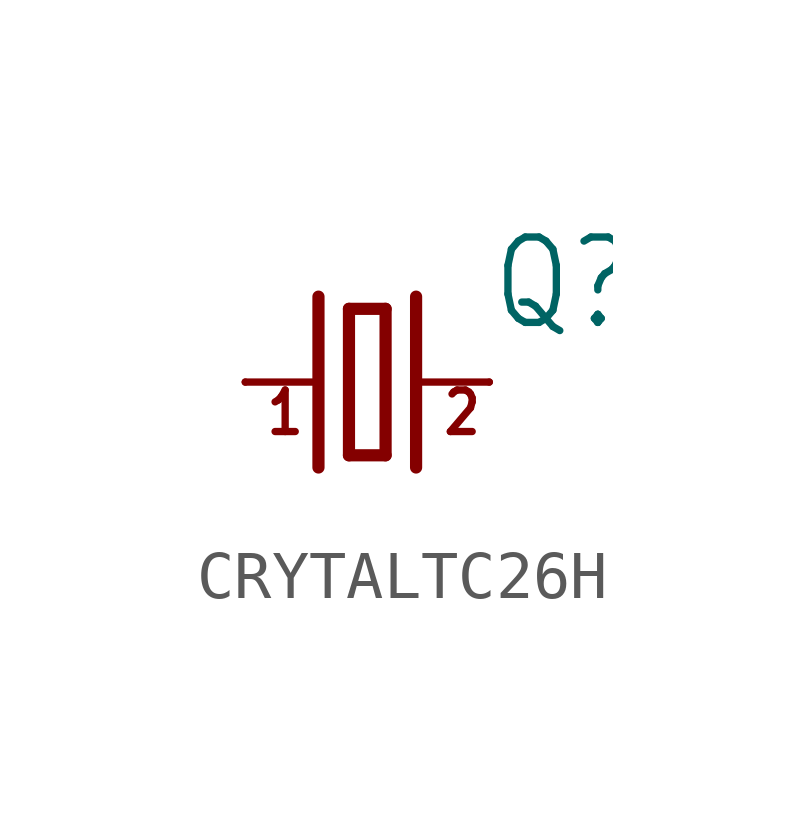
<source format=kicad_sym>
(kicad_symbol_lib
  (version 20220914)
  (generator kicad_symbol_editor)
  (symbol "CRYTALTC26H"
    (property "Reference" "Q"
      (at 2.54 1.016 0)
      (effects (font (size 1.778 1.511)) (justify left bottom)))
    (property "Value" ""
      (at 2.54 -2.54 0)
      (effects (font (size 1.778 1.511)) (justify left bottom)))
    (property "ki_locked" ""
      (at 0 0 0)
      (effects (font (size 1.27 1.27))))
    (symbol "CRYTALTC26H_1_0"
      (polyline (pts (xy -2.54 0) (xy -1.016 0)) (stroke (width 0.152) (type solid)) (fill (type none)))
      (polyline (pts (xy -1.016 1.778) (xy -1.016 -1.778)) (stroke (width 0.254) (type solid)) (fill (type none)))
      (polyline (pts (xy -0.381 -1.524) (xy 0.381 -1.524)) (stroke (width 0.254) (type solid)) (fill (type none)))
      (polyline (pts (xy -0.381 1.524) (xy -0.381 -1.524)) (stroke (width 0.254) (type solid)) (fill (type none)))
      (polyline (pts (xy 0.381 -1.524) (xy 0.381 1.524)) (stroke (width 0.254) (type solid)) (fill (type none)))
      (polyline (pts (xy 0.381 1.524) (xy -0.381 1.524)) (stroke (width 0.254) (type solid)) (fill (type none)))
      (polyline (pts (xy 1.016 0) (xy 2.54 0)) (stroke (width 0.152) (type solid)) (fill (type none)))
      (polyline (pts (xy 1.016 1.778) (xy 1.016 -1.778)) (stroke (width 0.254) (type solid)) (fill (type none)))
      (text "1" (at -2.159 -1.143 0) (effects (font (size 0.864 0.734)) (justify left bottom)))
      (text "2" (at 1.524 -1.143 0) (effects (font (size 0.864 0.734)) (justify left bottom)))
      (pin passive line (at -2.54 0 0) (length 0) (name "1" (effects (font (size 0 0)))) (number "1" (effects (font (size 0 0)))))
      (pin passive line (at 2.54 0 180) (length 0) (name "2" (effects (font (size 0 0)))) (number "2" (effects (font (size 0 0))))))))
</source>
